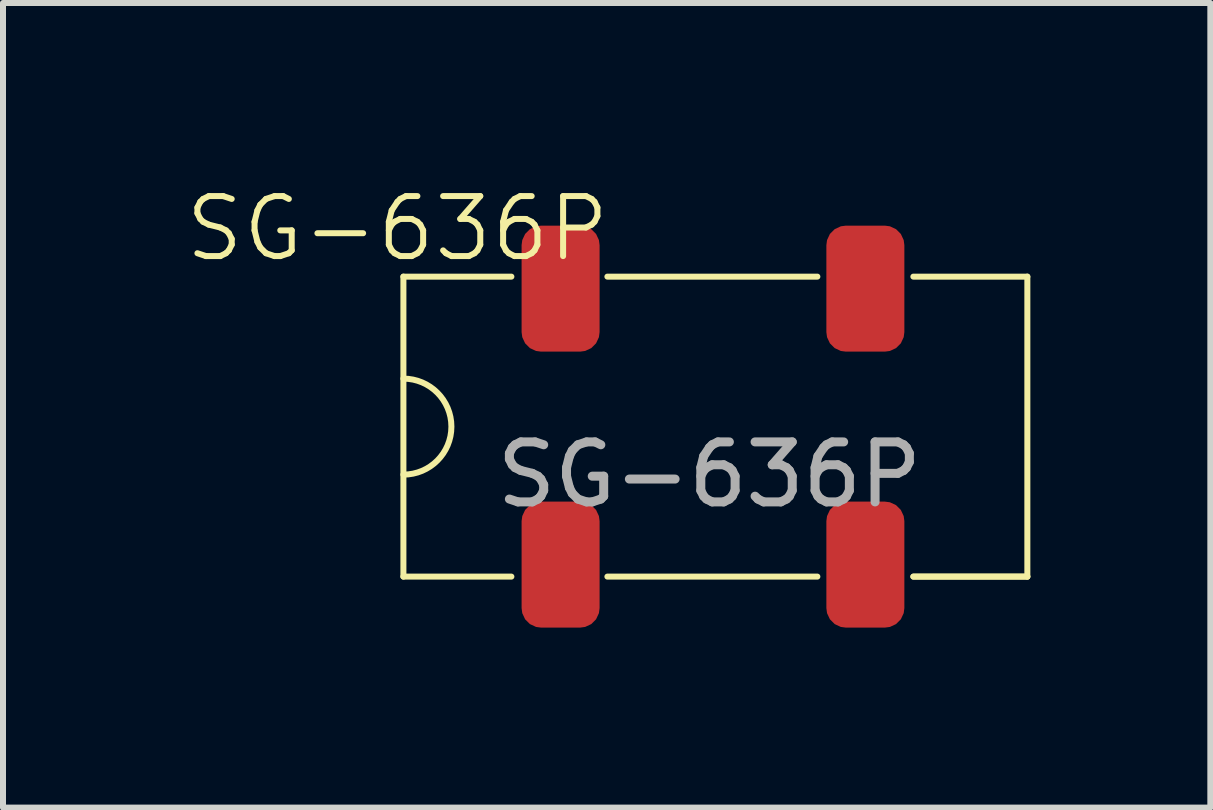
<source format=kicad_pcb>
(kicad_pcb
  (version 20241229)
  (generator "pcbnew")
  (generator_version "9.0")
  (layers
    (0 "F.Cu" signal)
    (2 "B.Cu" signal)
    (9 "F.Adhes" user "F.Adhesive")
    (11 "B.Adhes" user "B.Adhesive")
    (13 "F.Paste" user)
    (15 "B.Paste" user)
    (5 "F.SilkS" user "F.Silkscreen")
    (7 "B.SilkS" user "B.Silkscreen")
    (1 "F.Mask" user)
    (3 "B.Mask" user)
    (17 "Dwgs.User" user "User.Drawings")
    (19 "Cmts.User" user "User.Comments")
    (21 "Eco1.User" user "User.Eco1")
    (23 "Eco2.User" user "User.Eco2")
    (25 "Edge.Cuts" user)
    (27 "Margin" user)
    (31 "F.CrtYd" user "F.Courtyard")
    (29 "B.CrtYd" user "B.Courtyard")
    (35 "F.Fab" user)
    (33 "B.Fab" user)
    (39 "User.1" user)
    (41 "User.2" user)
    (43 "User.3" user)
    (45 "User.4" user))
  (footprint "SG-636P"
    (layer "F.Cu")
    (at 8.874 4.061)
    (property "Reference" "SG-636P" (at -5.3 -3.3 0) (unlocked yes) (layer "F.SilkS") (effects (font (size 1 1) (thickness 0.1))))
    (attr smd)
    (fp_line (start -5.2 -2.5) (end -5.2 2.5) (stroke (width 0.1) (type default)) (layer "F.SilkS"))
    (fp_line (start -5.2 2.5) (end -3.4 2.5) (stroke (width 0.1) (type default)) (layer "F.SilkS"))
    (fp_line (start -3.4 -2.5) (end -5.2 -2.5) (stroke (width 0.1) (type default)) (layer "F.SilkS"))
    (fp_line (start -1.8 -2.5) (end 1.7 -2.5) (stroke (width 0.1) (type default)) (layer "F.SilkS"))
    (fp_line (start -1.8 2.5) (end 1.7 2.5) (stroke (width 0.1) (type default)) (layer "F.SilkS"))
    (fp_line (start 3.3 2.5) (end 5.2 2.5) (stroke (width 0.1) (type default)) (layer "F.SilkS"))
    (fp_line (start 3.3 2.5) (end 5.2 2.5) (stroke (width 0.1) (type default)) (layer "F.SilkS"))
    (fp_line (start 5.2 -2.5) (end 3.3 -2.5) (stroke (width 0.1) (type default)) (layer "F.SilkS"))
    (fp_line (start 5.2 -2.5) (end 5.2 2.5) (stroke (width 0.1) (type default)) (layer "F.SilkS"))
    (fp_arc (start -5.2 -0.8) (mid -4.4 0) (end -5.2 0.8) (stroke (width 0.1) (type default)) (layer "F.SilkS"))
    (fp_text user "${REFERENCE}" (at -0.1 0.8 0) (unlocked yes) (layer "F.Fab") (effects (font (size 1 1) (thickness 0.15))))
    (pad "1" smd roundrect (at -2.58 2.3) (size 1.3 2.1) (layers "F.Cu" "F.Mask" "F.Paste") (roundrect_rratio 0.25))
    (pad "2" smd roundrect (at 2.5 2.3) (size 1.3 2.1) (layers "F.Cu" "F.Mask" "F.Paste") (roundrect_rratio 0.25))
    (pad "3" smd roundrect (at 2.5 -2.3) (size 1.3 2.1) (layers "F.Cu" "F.Mask" "F.Paste") (roundrect_rratio 0.25))
    (pad "4" smd roundrect (at -2.58 -2.3) (size 1.3 2.1) (layers "F.Cu" "F.Mask" "F.Paste") (roundrect_rratio 0.25)))
  (gr_rect
    (start -3 -3)
    (end 17.124 10.411)
    (stroke (width 0.1) (type default))
    (fill no)
    (layer "Edge.Cuts")))
</source>
